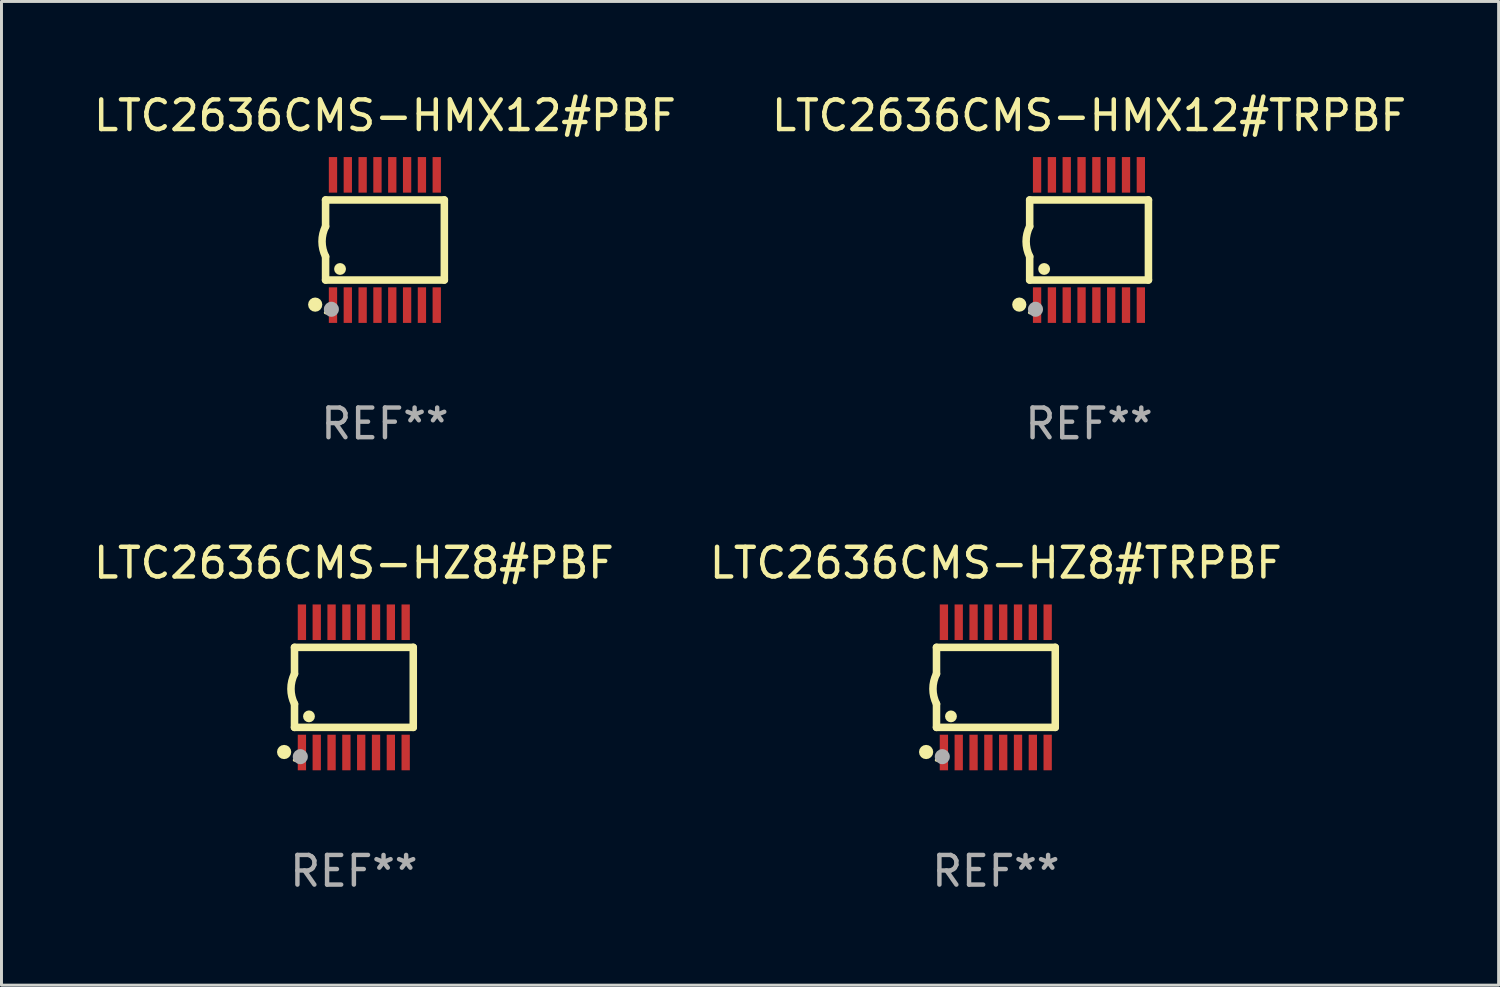
<source format=kicad_pcb>
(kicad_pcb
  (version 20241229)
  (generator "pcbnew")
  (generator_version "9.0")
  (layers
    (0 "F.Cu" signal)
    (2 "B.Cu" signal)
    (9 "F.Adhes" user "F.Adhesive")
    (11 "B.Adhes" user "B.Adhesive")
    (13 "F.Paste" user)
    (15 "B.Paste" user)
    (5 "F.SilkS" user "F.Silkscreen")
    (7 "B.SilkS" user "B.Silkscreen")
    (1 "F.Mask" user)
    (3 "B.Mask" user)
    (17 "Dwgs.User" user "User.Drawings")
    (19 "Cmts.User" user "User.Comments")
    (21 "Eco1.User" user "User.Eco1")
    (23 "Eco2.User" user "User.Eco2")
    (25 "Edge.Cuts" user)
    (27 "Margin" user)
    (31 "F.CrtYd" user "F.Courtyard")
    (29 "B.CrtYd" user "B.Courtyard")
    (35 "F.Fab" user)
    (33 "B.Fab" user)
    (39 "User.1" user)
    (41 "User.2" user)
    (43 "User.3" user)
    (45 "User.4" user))
  (footprint "LTC2636CMS-HZ8#TRPBF"
    (layer "F.Cu")
    (at 30.542 20.136)
    (property "Reference" "LTC2636CMS-HZ8#TRPBF" (at 0 -4.197 0) (layer "F.SilkS") (effects (font (size 1 1) (thickness 0.15))))
    (attr through_hole)
    (fp_line (start -2.003 -1.35) (end -2.003 -0.457) (stroke (width 0.254) (type solid)) (layer "F.SilkS"))
    (fp_line (start -2.003 -1.35) (end 2.003 -1.35) (stroke (width 0.254) (type solid)) (layer "F.SilkS"))
    (fp_line (start -2.003 1.35) (end -2.003 0.559) (stroke (width 0.254) (type solid)) (layer "F.SilkS"))
    (fp_line (start -2.003 1.35) (end 2.003 1.35) (stroke (width 0.254) (type solid)) (layer "F.SilkS"))
    (fp_line (start 2.003 -1.35) (end 2.003 1.35) (stroke (width 0.254) (type solid)) (layer "F.SilkS"))
    (fp_arc (start -2.002286 0.558802) (mid -2.122556 0.05092) (end -2.003302 -0.457201) (stroke (width 0.254001) (type solid)) (layer "F.SilkS"))
    (fp_circle (center -2.353 2.18) (end -2.233 2.18) (stroke (width 0.24) (type solid)) (fill no) (layer "F.SilkS"))
    (fp_circle (center -2.003 2.45) (end -1.973 2.45) (stroke (width 0.06) (type solid)) (fill no) (layer "F.SilkS"))
    (fp_circle (center -1.515 0.978) (end -1.415 0.978) (stroke (width 0.2) (type solid)) (fill no) (layer "F.SilkS"))
    (fp_circle (center -1.807 2.337) (end -1.68 2.337) (stroke (width 0.254) (type solid)) (fill no) (layer "F.Fab"))
    (fp_text user "REF**" (at 0 6.197 0) (layer "F.Fab") (effects (font (size 1 1) (thickness 0.15))))
    (pad "1" smd rect (at -1.753 2.197 90) (size 1.2 0.28) (layers "F.Cu" "F.Mask" "F.Paste"))
    (pad "2" smd rect (at -1.253 2.197 90) (size 1.2 0.28) (layers "F.Cu" "F.Mask" "F.Paste"))
    (pad "3" smd rect (at -0.753 2.197 90) (size 1.2 0.28) (layers "F.Cu" "F.Mask" "F.Paste"))
    (pad "4" smd rect (at -0.253 2.197 90) (size 1.2 0.28) (layers "F.Cu" "F.Mask" "F.Paste"))
    (pad "5" smd rect (at 0.247 2.197 90) (size 1.2 0.28) (layers "F.Cu" "F.Mask" "F.Paste"))
    (pad "6" smd rect (at 0.747 2.197 90) (size 1.2 0.28) (layers "F.Cu" "F.Mask" "F.Paste"))
    (pad "7" smd rect (at 1.247 2.197 90) (size 1.2 0.28) (layers "F.Cu" "F.Mask" "F.Paste"))
    (pad "8" smd rect (at 1.747 2.197 90) (size 1.2 0.28) (layers "F.Cu" "F.Mask" "F.Paste"))
    (pad "9" smd rect (at 1.747 -2.197 90) (size 1.2 0.28) (layers "F.Cu" "F.Mask" "F.Paste"))
    (pad "10" smd rect (at 1.247 -2.197 90) (size 1.2 0.28) (layers "F.Cu" "F.Mask" "F.Paste"))
    (pad "11" smd rect (at 0.747 -2.197 90) (size 1.2 0.28) (layers "F.Cu" "F.Mask" "F.Paste"))
    (pad "12" smd rect (at 0.247 -2.197 90) (size 1.2 0.28) (layers "F.Cu" "F.Mask" "F.Paste"))
    (pad "13" smd rect (at -0.253 -2.197 90) (size 1.2 0.28) (layers "F.Cu" "F.Mask" "F.Paste"))
    (pad "14" smd rect (at -0.753 -2.197 90) (size 1.2 0.28) (layers "F.Cu" "F.Mask" "F.Paste"))
    (pad "15" smd rect (at -1.253 -2.197 90) (size 1.2 0.28) (layers "F.Cu" "F.Mask" "F.Paste"))
    (pad "16" smd rect (at -1.753 -2.197 90) (size 1.2 0.28) (layers "F.Cu" "F.Mask" "F.Paste")))
  (footprint "LTC2636CMS-HZ8#PBF"
    (layer "F.Cu")
    (at 8.887 20.136)
    (property "Reference" "LTC2636CMS-HZ8#PBF" (at 0 -4.197 0) (layer "F.SilkS") (effects (font (size 1 1) (thickness 0.15))))
    (attr through_hole)
    (fp_line (start -2.003 -1.35) (end -2.003 -0.457) (stroke (width 0.254) (type solid)) (layer "F.SilkS"))
    (fp_line (start -2.003 -1.35) (end 2.003 -1.35) (stroke (width 0.254) (type solid)) (layer "F.SilkS"))
    (fp_line (start -2.003 1.35) (end -2.003 0.559) (stroke (width 0.254) (type solid)) (layer "F.SilkS"))
    (fp_line (start -2.003 1.35) (end 2.003 1.35) (stroke (width 0.254) (type solid)) (layer "F.SilkS"))
    (fp_line (start 2.003 -1.35) (end 2.003 1.35) (stroke (width 0.254) (type solid)) (layer "F.SilkS"))
    (fp_arc (start -2.002286 0.558802) (mid -2.122556 0.05092) (end -2.003302 -0.457201) (stroke (width 0.254001) (type solid)) (layer "F.SilkS"))
    (fp_circle (center -2.353 2.18) (end -2.233 2.18) (stroke (width 0.24) (type solid)) (fill no) (layer "F.SilkS"))
    (fp_circle (center -2.003 2.45) (end -1.973 2.45) (stroke (width 0.06) (type solid)) (fill no) (layer "F.SilkS"))
    (fp_circle (center -1.515 0.978) (end -1.415 0.978) (stroke (width 0.2) (type solid)) (fill no) (layer "F.SilkS"))
    (fp_circle (center -1.807 2.337) (end -1.68 2.337) (stroke (width 0.254) (type solid)) (fill no) (layer "F.Fab"))
    (fp_text user "REF**" (at 0 6.197 0) (layer "F.Fab") (effects (font (size 1 1) (thickness 0.15))))
    (pad "1" smd rect (at -1.753 2.197 90) (size 1.2 0.28) (layers "F.Cu" "F.Mask" "F.Paste"))
    (pad "2" smd rect (at -1.253 2.197 90) (size 1.2 0.28) (layers "F.Cu" "F.Mask" "F.Paste"))
    (pad "3" smd rect (at -0.753 2.197 90) (size 1.2 0.28) (layers "F.Cu" "F.Mask" "F.Paste"))
    (pad "4" smd rect (at -0.253 2.197 90) (size 1.2 0.28) (layers "F.Cu" "F.Mask" "F.Paste"))
    (pad "5" smd rect (at 0.247 2.197 90) (size 1.2 0.28) (layers "F.Cu" "F.Mask" "F.Paste"))
    (pad "6" smd rect (at 0.747 2.197 90) (size 1.2 0.28) (layers "F.Cu" "F.Mask" "F.Paste"))
    (pad "7" smd rect (at 1.247 2.197 90) (size 1.2 0.28) (layers "F.Cu" "F.Mask" "F.Paste"))
    (pad "8" smd rect (at 1.747 2.197 90) (size 1.2 0.28) (layers "F.Cu" "F.Mask" "F.Paste"))
    (pad "9" smd rect (at 1.747 -2.197 90) (size 1.2 0.28) (layers "F.Cu" "F.Mask" "F.Paste"))
    (pad "10" smd rect (at 1.247 -2.197 90) (size 1.2 0.28) (layers "F.Cu" "F.Mask" "F.Paste"))
    (pad "11" smd rect (at 0.747 -2.197 90) (size 1.2 0.28) (layers "F.Cu" "F.Mask" "F.Paste"))
    (pad "12" smd rect (at 0.247 -2.197 90) (size 1.2 0.28) (layers "F.Cu" "F.Mask" "F.Paste"))
    (pad "13" smd rect (at -0.253 -2.197 90) (size 1.2 0.28) (layers "F.Cu" "F.Mask" "F.Paste"))
    (pad "14" smd rect (at -0.753 -2.197 90) (size 1.2 0.28) (layers "F.Cu" "F.Mask" "F.Paste"))
    (pad "15" smd rect (at -1.253 -2.197 90) (size 1.2 0.28) (layers "F.Cu" "F.Mask" "F.Paste"))
    (pad "16" smd rect (at -1.753 -2.197 90) (size 1.2 0.28) (layers "F.Cu" "F.Mask" "F.Paste")))
  (footprint "LTC2636CMS-HMX12#TRPBF"
    (layer "F.Cu")
    (at 33.685 5.045)
    (property "Reference" "LTC2636CMS-HMX12#TRPBF" (at 0 -4.197 0) (layer "F.SilkS") (effects (font (size 1 1) (thickness 0.15))))
    (attr through_hole)
    (fp_line (start -2.003 -1.35) (end -2.003 -0.457) (stroke (width 0.254) (type solid)) (layer "F.SilkS"))
    (fp_line (start -2.003 -1.35) (end 2.003 -1.35) (stroke (width 0.254) (type solid)) (layer "F.SilkS"))
    (fp_line (start -2.003 1.35) (end -2.003 0.559) (stroke (width 0.254) (type solid)) (layer "F.SilkS"))
    (fp_line (start -2.003 1.35) (end 2.003 1.35) (stroke (width 0.254) (type solid)) (layer "F.SilkS"))
    (fp_line (start 2.003 -1.35) (end 2.003 1.35) (stroke (width 0.254) (type solid)) (layer "F.SilkS"))
    (fp_arc (start -2.002286 0.558802) (mid -2.122556 0.05092) (end -2.003302 -0.457201) (stroke (width 0.254001) (type solid)) (layer "F.SilkS"))
    (fp_circle (center -2.353 2.18) (end -2.233 2.18) (stroke (width 0.24) (type solid)) (fill no) (layer "F.SilkS"))
    (fp_circle (center -2.003 2.45) (end -1.973 2.45) (stroke (width 0.06) (type solid)) (fill no) (layer "F.SilkS"))
    (fp_circle (center -1.515 0.978) (end -1.415 0.978) (stroke (width 0.2) (type solid)) (fill no) (layer "F.SilkS"))
    (fp_circle (center -1.807 2.337) (end -1.68 2.337) (stroke (width 0.254) (type solid)) (fill no) (layer "F.Fab"))
    (fp_text user "REF**" (at 0 6.197 0) (layer "F.Fab") (effects (font (size 1 1) (thickness 0.15))))
    (pad "1" smd rect (at -1.753 2.197 90) (size 1.2 0.28) (layers "F.Cu" "F.Mask" "F.Paste"))
    (pad "2" smd rect (at -1.253 2.197 90) (size 1.2 0.28) (layers "F.Cu" "F.Mask" "F.Paste"))
    (pad "3" smd rect (at -0.753 2.197 90) (size 1.2 0.28) (layers "F.Cu" "F.Mask" "F.Paste"))
    (pad "4" smd rect (at -0.253 2.197 90) (size 1.2 0.28) (layers "F.Cu" "F.Mask" "F.Paste"))
    (pad "5" smd rect (at 0.247 2.197 90) (size 1.2 0.28) (layers "F.Cu" "F.Mask" "F.Paste"))
    (pad "6" smd rect (at 0.747 2.197 90) (size 1.2 0.28) (layers "F.Cu" "F.Mask" "F.Paste"))
    (pad "7" smd rect (at 1.247 2.197 90) (size 1.2 0.28) (layers "F.Cu" "F.Mask" "F.Paste"))
    (pad "8" smd rect (at 1.747 2.197 90) (size 1.2 0.28) (layers "F.Cu" "F.Mask" "F.Paste"))
    (pad "9" smd rect (at 1.747 -2.197 90) (size 1.2 0.28) (layers "F.Cu" "F.Mask" "F.Paste"))
    (pad "10" smd rect (at 1.247 -2.197 90) (size 1.2 0.28) (layers "F.Cu" "F.Mask" "F.Paste"))
    (pad "11" smd rect (at 0.747 -2.197 90) (size 1.2 0.28) (layers "F.Cu" "F.Mask" "F.Paste"))
    (pad "12" smd rect (at 0.247 -2.197 90) (size 1.2 0.28) (layers "F.Cu" "F.Mask" "F.Paste"))
    (pad "13" smd rect (at -0.253 -2.197 90) (size 1.2 0.28) (layers "F.Cu" "F.Mask" "F.Paste"))
    (pad "14" smd rect (at -0.753 -2.197 90) (size 1.2 0.28) (layers "F.Cu" "F.Mask" "F.Paste"))
    (pad "15" smd rect (at -1.253 -2.197 90) (size 1.2 0.28) (layers "F.Cu" "F.Mask" "F.Paste"))
    (pad "16" smd rect (at -1.753 -2.197 90) (size 1.2 0.28) (layers "F.Cu" "F.Mask" "F.Paste")))
  (footprint "LTC2636CMS-HMX12#PBF"
    (layer "F.Cu")
    (at 9.935 5.045)
    (property "Reference" "LTC2636CMS-HMX12#PBF" (at 0 -4.197 0) (layer "F.SilkS") (effects (font (size 1 1) (thickness 0.15))))
    (attr through_hole)
    (fp_line (start -2.003 -1.35) (end -2.003 -0.457) (stroke (width 0.254) (type solid)) (layer "F.SilkS"))
    (fp_line (start -2.003 -1.35) (end 2.003 -1.35) (stroke (width 0.254) (type solid)) (layer "F.SilkS"))
    (fp_line (start -2.003 1.35) (end -2.003 0.559) (stroke (width 0.254) (type solid)) (layer "F.SilkS"))
    (fp_line (start -2.003 1.35) (end 2.003 1.35) (stroke (width 0.254) (type solid)) (layer "F.SilkS"))
    (fp_line (start 2.003 -1.35) (end 2.003 1.35) (stroke (width 0.254) (type solid)) (layer "F.SilkS"))
    (fp_arc (start -2.002286 0.558802) (mid -2.122556 0.05092) (end -2.003302 -0.457201) (stroke (width 0.254001) (type solid)) (layer "F.SilkS"))
    (fp_circle (center -2.353 2.18) (end -2.233 2.18) (stroke (width 0.24) (type solid)) (fill no) (layer "F.SilkS"))
    (fp_circle (center -2.003 2.45) (end -1.973 2.45) (stroke (width 0.06) (type solid)) (fill no) (layer "F.SilkS"))
    (fp_circle (center -1.515 0.978) (end -1.415 0.978) (stroke (width 0.2) (type solid)) (fill no) (layer "F.SilkS"))
    (fp_circle (center -1.807 2.337) (end -1.68 2.337) (stroke (width 0.254) (type solid)) (fill no) (layer "F.Fab"))
    (fp_text user "REF**" (at 0 6.197 0) (layer "F.Fab") (effects (font (size 1 1) (thickness 0.15))))
    (pad "1" smd rect (at -1.753 2.197 90) (size 1.2 0.28) (layers "F.Cu" "F.Mask" "F.Paste"))
    (pad "2" smd rect (at -1.253 2.197 90) (size 1.2 0.28) (layers "F.Cu" "F.Mask" "F.Paste"))
    (pad "3" smd rect (at -0.753 2.197 90) (size 1.2 0.28) (layers "F.Cu" "F.Mask" "F.Paste"))
    (pad "4" smd rect (at -0.253 2.197 90) (size 1.2 0.28) (layers "F.Cu" "F.Mask" "F.Paste"))
    (pad "5" smd rect (at 0.247 2.197 90) (size 1.2 0.28) (layers "F.Cu" "F.Mask" "F.Paste"))
    (pad "6" smd rect (at 0.747 2.197 90) (size 1.2 0.28) (layers "F.Cu" "F.Mask" "F.Paste"))
    (pad "7" smd rect (at 1.247 2.197 90) (size 1.2 0.28) (layers "F.Cu" "F.Mask" "F.Paste"))
    (pad "8" smd rect (at 1.747 2.197 90) (size 1.2 0.28) (layers "F.Cu" "F.Mask" "F.Paste"))
    (pad "9" smd rect (at 1.747 -2.197 90) (size 1.2 0.28) (layers "F.Cu" "F.Mask" "F.Paste"))
    (pad "10" smd rect (at 1.247 -2.197 90) (size 1.2 0.28) (layers "F.Cu" "F.Mask" "F.Paste"))
    (pad "11" smd rect (at 0.747 -2.197 90) (size 1.2 0.28) (layers "F.Cu" "F.Mask" "F.Paste"))
    (pad "12" smd rect (at 0.247 -2.197 90) (size 1.2 0.28) (layers "F.Cu" "F.Mask" "F.Paste"))
    (pad "13" smd rect (at -0.253 -2.197 90) (size 1.2 0.28) (layers "F.Cu" "F.Mask" "F.Paste"))
    (pad "14" smd rect (at -0.753 -2.197 90) (size 1.2 0.28) (layers "F.Cu" "F.Mask" "F.Paste"))
    (pad "15" smd rect (at -1.253 -2.197 90) (size 1.2 0.28) (layers "F.Cu" "F.Mask" "F.Paste"))
    (pad "16" smd rect (at -1.753 -2.197 90) (size 1.2 0.28) (layers "F.Cu" "F.Mask" "F.Paste")))
  (gr_rect
    (start -3 -3)
    (end 47.5 30.181)
    (stroke (width 0.1) (type default))
    (fill no)
    (layer "Edge.Cuts")))
</source>
